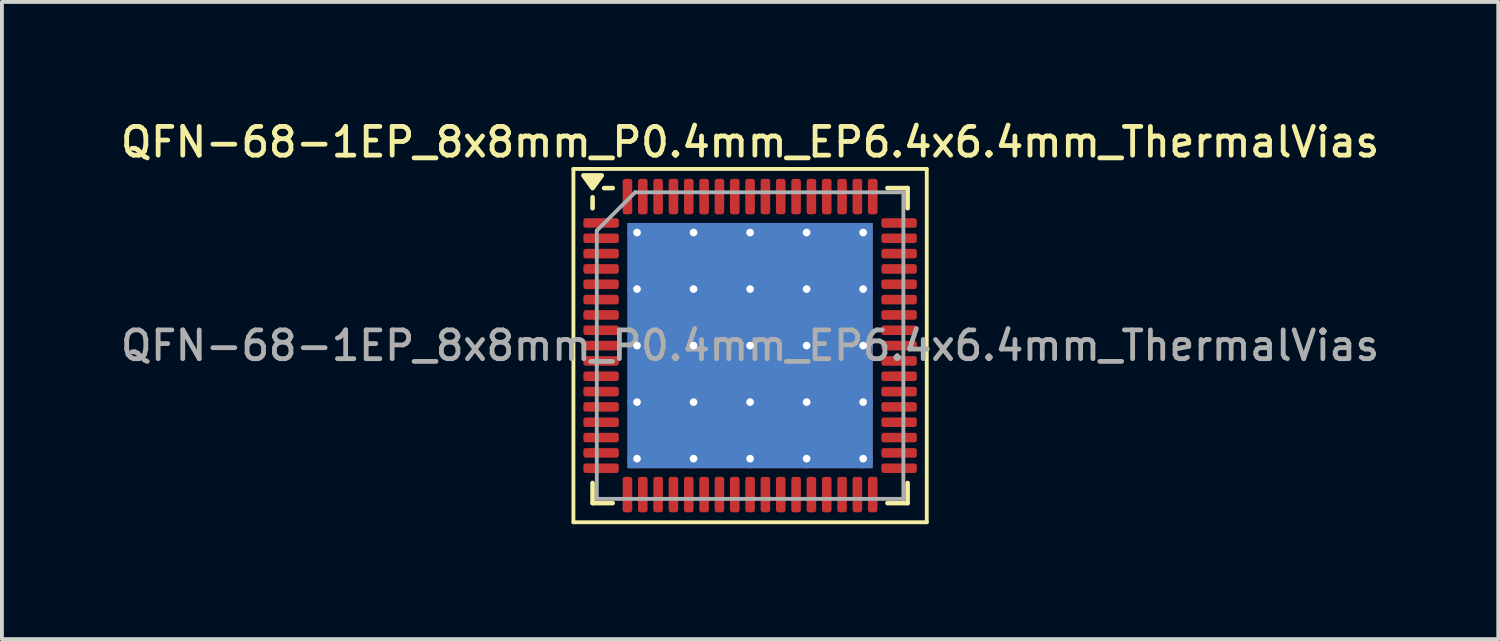
<source format=kicad_pcb>
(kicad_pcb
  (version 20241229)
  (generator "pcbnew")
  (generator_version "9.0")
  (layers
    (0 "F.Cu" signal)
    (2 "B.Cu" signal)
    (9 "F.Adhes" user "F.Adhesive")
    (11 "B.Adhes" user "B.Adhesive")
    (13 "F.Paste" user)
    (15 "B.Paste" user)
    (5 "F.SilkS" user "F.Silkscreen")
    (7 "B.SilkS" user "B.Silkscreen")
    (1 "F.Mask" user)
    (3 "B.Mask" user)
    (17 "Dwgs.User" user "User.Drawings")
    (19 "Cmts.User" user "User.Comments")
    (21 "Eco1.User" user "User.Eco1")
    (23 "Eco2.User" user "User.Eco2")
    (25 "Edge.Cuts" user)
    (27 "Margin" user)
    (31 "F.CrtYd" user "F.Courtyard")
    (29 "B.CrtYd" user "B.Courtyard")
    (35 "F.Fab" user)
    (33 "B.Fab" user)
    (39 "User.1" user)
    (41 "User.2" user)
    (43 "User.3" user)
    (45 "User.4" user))
  (footprint "QFN-68-1EP_8x8mm_P0.4mm_EP6.4x6.4mm_ThermalVias"
    (layer "F.Cu")
    (at 16.523 5.968)
    (property "Reference" "QFN-68-1EP_8x8mm_P0.4mm_EP6.4x6.4mm_ThermalVias" (at 0 -5.31 0) (layer "F.SilkS") (effects (font (size 0.75 0.75) (thickness 0.125))))
    (attr smd)
    (fp_line (start -4.61 -4.61) (end -4.61 4.61) (stroke (width 0.1) (type solid)) (layer "F.SilkS"))
    (fp_line (start -4.61 4.61) (end 4.61 4.61) (stroke (width 0.1) (type solid)) (layer "F.SilkS"))
    (fp_line (start -4.11 -3.585) (end -4.11 -3.87) (stroke (width 0.12) (type solid)) (layer "F.SilkS"))
    (fp_line (start -4.11 4.11) (end -4.11 3.585) (stroke (width 0.12) (type solid)) (layer "F.SilkS"))
    (fp_line (start -3.585 -4.11) (end -3.81 -4.11) (stroke (width 0.12) (type solid)) (layer "F.SilkS"))
    (fp_line (start -3.585 4.11) (end -4.11 4.11) (stroke (width 0.12) (type solid)) (layer "F.SilkS"))
    (fp_line (start 3.585 -4.11) (end 4.11 -4.11) (stroke (width 0.12) (type solid)) (layer "F.SilkS"))
    (fp_line (start 3.585 4.11) (end 4.11 4.11) (stroke (width 0.12) (type solid)) (layer "F.SilkS"))
    (fp_line (start 4.11 -4.11) (end 4.11 -3.585) (stroke (width 0.12) (type solid)) (layer "F.SilkS"))
    (fp_line (start 4.11 4.11) (end 4.11 3.585) (stroke (width 0.12) (type solid)) (layer "F.SilkS"))
    (fp_line (start 4.61 -4.61) (end -4.61 -4.61) (stroke (width 0.1) (type solid)) (layer "F.SilkS"))
    (fp_line (start 4.61 4.61) (end 4.61 -4.61) (stroke (width 0.1) (type solid)) (layer "F.SilkS"))
    (fp_poly (pts (xy -4.11 -4.11) (xy -4.35 -4.44) (xy -3.87 -4.44) (xy -4.11 -4.11)) (stroke (width 0.12) (type solid)) (fill yes) (layer "F.SilkS"))
    (fp_line (start -4 -3) (end -3 -4) (stroke (width 0.1) (type solid)) (layer "F.Fab"))
    (fp_line (start -4 4) (end -4 -3) (stroke (width 0.1) (type solid)) (layer "F.Fab"))
    (fp_line (start -3 -4) (end 4 -4) (stroke (width 0.1) (type solid)) (layer "F.Fab"))
    (fp_line (start 4 -4) (end 4 4) (stroke (width 0.1) (type solid)) (layer "F.Fab"))
    (fp_line (start 4 4) (end -4 4) (stroke (width 0.1) (type solid)) (layer "F.Fab"))
    (fp_text user "${REFERENCE}" (at 0 0 0) (layer "F.Fab") (effects (font (size 0.75 0.75) (thickness 0.125))))
    (pad "" smd roundrect (at -2.212 -2.212) (size 1.239 1.239) (layers "F.Paste") (roundrect_rratio 0.202))
    (pad "" smd roundrect (at -2.212 -0.738) (size 1.239 1.239) (layers "F.Paste") (roundrect_rratio 0.202))
    (pad "" smd roundrect (at -2.212 0.738) (size 1.239 1.239) (layers "F.Paste") (roundrect_rratio 0.202))
    (pad "" smd roundrect (at -2.212 2.212) (size 1.239 1.239) (layers "F.Paste") (roundrect_rratio 0.202))
    (pad "" smd roundrect (at -0.738 -2.212) (size 1.239 1.239) (layers "F.Paste") (roundrect_rratio 0.202))
    (pad "" smd roundrect (at -0.738 -0.738) (size 1.239 1.239) (layers "F.Paste") (roundrect_rratio 0.202))
    (pad "" smd roundrect (at -0.738 0.738) (size 1.239 1.239) (layers "F.Paste") (roundrect_rratio 0.202))
    (pad "" smd roundrect (at -0.738 2.212) (size 1.239 1.239) (layers "F.Paste") (roundrect_rratio 0.202))
    (pad "" smd roundrect (at 0.738 -2.212) (size 1.239 1.239) (layers "F.Paste") (roundrect_rratio 0.202))
    (pad "" smd roundrect (at 0.738 -0.738) (size 1.239 1.239) (layers "F.Paste") (roundrect_rratio 0.202))
    (pad "" smd roundrect (at 0.738 0.738) (size 1.239 1.239) (layers "F.Paste") (roundrect_rratio 0.202))
    (pad "" smd roundrect (at 0.738 2.212) (size 1.239 1.239) (layers "F.Paste") (roundrect_rratio 0.202))
    (pad "" smd roundrect (at 2.212 -2.212) (size 1.239 1.239) (layers "F.Paste") (roundrect_rratio 0.202))
    (pad "" smd roundrect (at 2.212 -0.738) (size 1.239 1.239) (layers "F.Paste") (roundrect_rratio 0.202))
    (pad "" smd roundrect (at 2.212 0.738) (size 1.239 1.239) (layers "F.Paste") (roundrect_rratio 0.202))
    (pad "" smd roundrect (at 2.212 2.212) (size 1.239 1.239) (layers "F.Paste") (roundrect_rratio 0.202))
    (pad "1" smd roundrect (at -3.888 -3.2) (size 0.925 0.25) (layers "F.Cu" "F.Mask" "F.Paste") (roundrect_rratio 0.25))
    (pad "2" smd roundrect (at -3.888 -2.8) (size 0.925 0.25) (layers "F.Cu" "F.Mask" "F.Paste") (roundrect_rratio 0.25))
    (pad "3" smd roundrect (at -3.888 -2.4) (size 0.925 0.25) (layers "F.Cu" "F.Mask" "F.Paste") (roundrect_rratio 0.25))
    (pad "4" smd roundrect (at -3.888 -2) (size 0.925 0.25) (layers "F.Cu" "F.Mask" "F.Paste") (roundrect_rratio 0.25))
    (pad "5" smd roundrect (at -3.888 -1.6) (size 0.925 0.25) (layers "F.Cu" "F.Mask" "F.Paste") (roundrect_rratio 0.25))
    (pad "6" smd roundrect (at -3.888 -1.2) (size 0.925 0.25) (layers "F.Cu" "F.Mask" "F.Paste") (roundrect_rratio 0.25))
    (pad "7" smd roundrect (at -3.888 -0.8) (size 0.925 0.25) (layers "F.Cu" "F.Mask" "F.Paste") (roundrect_rratio 0.25))
    (pad "8" smd roundrect (at -3.888 -0.4) (size 0.925 0.25) (layers "F.Cu" "F.Mask" "F.Paste") (roundrect_rratio 0.25))
    (pad "9" smd roundrect (at -3.888 0) (size 0.925 0.25) (layers "F.Cu" "F.Mask" "F.Paste") (roundrect_rratio 0.25))
    (pad "10" smd roundrect (at -3.888 0.4) (size 0.925 0.25) (layers "F.Cu" "F.Mask" "F.Paste") (roundrect_rratio 0.25))
    (pad "11" smd roundrect (at -3.888 0.8) (size 0.925 0.25) (layers "F.Cu" "F.Mask" "F.Paste") (roundrect_rratio 0.25))
    (pad "12" smd roundrect (at -3.888 1.2) (size 0.925 0.25) (layers "F.Cu" "F.Mask" "F.Paste") (roundrect_rratio 0.25))
    (pad "13" smd roundrect (at -3.888 1.6) (size 0.925 0.25) (layers "F.Cu" "F.Mask" "F.Paste") (roundrect_rratio 0.25))
    (pad "14" smd roundrect (at -3.888 2) (size 0.925 0.25) (layers "F.Cu" "F.Mask" "F.Paste") (roundrect_rratio 0.25))
    (pad "15" smd roundrect (at -3.888 2.4) (size 0.925 0.25) (layers "F.Cu" "F.Mask" "F.Paste") (roundrect_rratio 0.25))
    (pad "16" smd roundrect (at -3.888 2.8) (size 0.925 0.25) (layers "F.Cu" "F.Mask" "F.Paste") (roundrect_rratio 0.25))
    (pad "17" smd roundrect (at -3.888 3.2) (size 0.925 0.25) (layers "F.Cu" "F.Mask" "F.Paste") (roundrect_rratio 0.25))
    (pad "18" smd roundrect (at -3.2 3.888) (size 0.25 0.925) (layers "F.Cu" "F.Mask" "F.Paste") (roundrect_rratio 0.25))
    (pad "19" smd roundrect (at -2.8 3.888) (size 0.25 0.925) (layers "F.Cu" "F.Mask" "F.Paste") (roundrect_rratio 0.25))
    (pad "20" smd roundrect (at -2.4 3.888) (size 0.25 0.925) (layers "F.Cu" "F.Mask" "F.Paste") (roundrect_rratio 0.25))
    (pad "21" smd roundrect (at -2 3.888) (size 0.25 0.925) (layers "F.Cu" "F.Mask" "F.Paste") (roundrect_rratio 0.25))
    (pad "22" smd roundrect (at -1.6 3.888) (size 0.25 0.925) (layers "F.Cu" "F.Mask" "F.Paste") (roundrect_rratio 0.25))
    (pad "23" smd roundrect (at -1.2 3.888) (size 0.25 0.925) (layers "F.Cu" "F.Mask" "F.Paste") (roundrect_rratio 0.25))
    (pad "24" smd roundrect (at -0.8 3.888) (size 0.25 0.925) (layers "F.Cu" "F.Mask" "F.Paste") (roundrect_rratio 0.25))
    (pad "25" smd roundrect (at -0.4 3.888) (size 0.25 0.925) (layers "F.Cu" "F.Mask" "F.Paste") (roundrect_rratio 0.25))
    (pad "26" smd roundrect (at 0 3.888) (size 0.25 0.925) (layers "F.Cu" "F.Mask" "F.Paste") (roundrect_rratio 0.25))
    (pad "27" smd roundrect (at 0.4 3.888) (size 0.25 0.925) (layers "F.Cu" "F.Mask" "F.Paste") (roundrect_rratio 0.25))
    (pad "28" smd roundrect (at 0.8 3.888) (size 0.25 0.925) (layers "F.Cu" "F.Mask" "F.Paste") (roundrect_rratio 0.25))
    (pad "29" smd roundrect (at 1.2 3.888) (size 0.25 0.925) (layers "F.Cu" "F.Mask" "F.Paste") (roundrect_rratio 0.25))
    (pad "30" smd roundrect (at 1.6 3.888) (size 0.25 0.925) (layers "F.Cu" "F.Mask" "F.Paste") (roundrect_rratio 0.25))
    (pad "31" smd roundrect (at 2 3.888) (size 0.25 0.925) (layers "F.Cu" "F.Mask" "F.Paste") (roundrect_rratio 0.25))
    (pad "32" smd roundrect (at 2.4 3.888) (size 0.25 0.925) (layers "F.Cu" "F.Mask" "F.Paste") (roundrect_rratio 0.25))
    (pad "33" smd roundrect (at 2.8 3.888) (size 0.25 0.925) (layers "F.Cu" "F.Mask" "F.Paste") (roundrect_rratio 0.25))
    (pad "34" smd roundrect (at 3.2 3.888) (size 0.25 0.925) (layers "F.Cu" "F.Mask" "F.Paste") (roundrect_rratio 0.25))
    (pad "35" smd roundrect (at 3.888 3.2) (size 0.925 0.25) (layers "F.Cu" "F.Mask" "F.Paste") (roundrect_rratio 0.25))
    (pad "36" smd roundrect (at 3.888 2.8) (size 0.925 0.25) (layers "F.Cu" "F.Mask" "F.Paste") (roundrect_rratio 0.25))
    (pad "37" smd roundrect (at 3.888 2.4) (size 0.925 0.25) (layers "F.Cu" "F.Mask" "F.Paste") (roundrect_rratio 0.25))
    (pad "38" smd roundrect (at 3.888 2) (size 0.925 0.25) (layers "F.Cu" "F.Mask" "F.Paste") (roundrect_rratio 0.25))
    (pad "39" smd roundrect (at 3.888 1.6) (size 0.925 0.25) (layers "F.Cu" "F.Mask" "F.Paste") (roundrect_rratio 0.25))
    (pad "40" smd roundrect (at 3.888 1.2) (size 0.925 0.25) (layers "F.Cu" "F.Mask" "F.Paste") (roundrect_rratio 0.25))
    (pad "41" smd roundrect (at 3.888 0.8) (size 0.925 0.25) (layers "F.Cu" "F.Mask" "F.Paste") (roundrect_rratio 0.25))
    (pad "42" smd roundrect (at 3.888 0.4) (size 0.925 0.25) (layers "F.Cu" "F.Mask" "F.Paste") (roundrect_rratio 0.25))
    (pad "43" smd roundrect (at 3.888 0) (size 0.925 0.25) (layers "F.Cu" "F.Mask" "F.Paste") (roundrect_rratio 0.25))
    (pad "44" smd roundrect (at 3.888 -0.4) (size 0.925 0.25) (layers "F.Cu" "F.Mask" "F.Paste") (roundrect_rratio 0.25))
    (pad "45" smd roundrect (at 3.888 -0.8) (size 0.925 0.25) (layers "F.Cu" "F.Mask" "F.Paste") (roundrect_rratio 0.25))
    (pad "46" smd roundrect (at 3.888 -1.2) (size 0.925 0.25) (layers "F.Cu" "F.Mask" "F.Paste") (roundrect_rratio 0.25))
    (pad "47" smd roundrect (at 3.888 -1.6) (size 0.925 0.25) (layers "F.Cu" "F.Mask" "F.Paste") (roundrect_rratio 0.25))
    (pad "48" smd roundrect (at 3.888 -2) (size 0.925 0.25) (layers "F.Cu" "F.Mask" "F.Paste") (roundrect_rratio 0.25))
    (pad "49" smd roundrect (at 3.888 -2.4) (size 0.925 0.25) (layers "F.Cu" "F.Mask" "F.Paste") (roundrect_rratio 0.25))
    (pad "50" smd roundrect (at 3.888 -2.8) (size 0.925 0.25) (layers "F.Cu" "F.Mask" "F.Paste") (roundrect_rratio 0.25))
    (pad "51" smd roundrect (at 3.888 -3.2) (size 0.925 0.25) (layers "F.Cu" "F.Mask" "F.Paste") (roundrect_rratio 0.25))
    (pad "52" smd roundrect (at 3.2 -3.888) (size 0.25 0.925) (layers "F.Cu" "F.Mask" "F.Paste") (roundrect_rratio 0.25))
    (pad "53" smd roundrect (at 2.8 -3.888) (size 0.25 0.925) (layers "F.Cu" "F.Mask" "F.Paste") (roundrect_rratio 0.25))
    (pad "54" smd roundrect (at 2.4 -3.888) (size 0.25 0.925) (layers "F.Cu" "F.Mask" "F.Paste") (roundrect_rratio 0.25))
    (pad "55" smd roundrect (at 2 -3.888) (size 0.25 0.925) (layers "F.Cu" "F.Mask" "F.Paste") (roundrect_rratio 0.25))
    (pad "56" smd roundrect (at 1.6 -3.888) (size 0.25 0.925) (layers "F.Cu" "F.Mask" "F.Paste") (roundrect_rratio 0.25))
    (pad "57" smd roundrect (at 1.2 -3.888) (size 0.25 0.925) (layers "F.Cu" "F.Mask" "F.Paste") (roundrect_rratio 0.25))
    (pad "58" smd roundrect (at 0.8 -3.888) (size 0.25 0.925) (layers "F.Cu" "F.Mask" "F.Paste") (roundrect_rratio 0.25))
    (pad "59" smd roundrect (at 0.4 -3.888) (size 0.25 0.925) (layers "F.Cu" "F.Mask" "F.Paste") (roundrect_rratio 0.25))
    (pad "60" smd roundrect (at 0 -3.888) (size 0.25 0.925) (layers "F.Cu" "F.Mask" "F.Paste") (roundrect_rratio 0.25))
    (pad "61" smd roundrect (at -0.4 -3.888) (size 0.25 0.925) (layers "F.Cu" "F.Mask" "F.Paste") (roundrect_rratio 0.25))
    (pad "62" smd roundrect (at -0.8 -3.888) (size 0.25 0.925) (layers "F.Cu" "F.Mask" "F.Paste") (roundrect_rratio 0.25))
    (pad "63" smd roundrect (at -1.2 -3.888) (size 0.25 0.925) (layers "F.Cu" "F.Mask" "F.Paste") (roundrect_rratio 0.25))
    (pad "64" smd roundrect (at -1.6 -3.888) (size 0.25 0.925) (layers "F.Cu" "F.Mask" "F.Paste") (roundrect_rratio 0.25))
    (pad "65" smd roundrect (at -2 -3.888) (size 0.25 0.925) (layers "F.Cu" "F.Mask" "F.Paste") (roundrect_rratio 0.25))
    (pad "66" smd roundrect (at -2.4 -3.888) (size 0.25 0.925) (layers "F.Cu" "F.Mask" "F.Paste") (roundrect_rratio 0.25))
    (pad "67" smd roundrect (at -2.8 -3.888) (size 0.25 0.925) (layers "F.Cu" "F.Mask" "F.Paste") (roundrect_rratio 0.25))
    (pad "68" smd roundrect (at -3.2 -3.888) (size 0.25 0.925) (layers "F.Cu" "F.Mask" "F.Paste") (roundrect_rratio 0.25))
    (pad "69" thru_hole circle (at -2.95 -2.95) (size 0.5 0.5) (drill 0.2) (property pad_prop_heatsink) (layers "*.Cu"))
    (pad "69" thru_hole circle (at -2.95 -1.475) (size 0.5 0.5) (drill 0.2) (property pad_prop_heatsink) (layers "*.Cu"))
    (pad "69" thru_hole circle (at -2.95 0) (size 0.5 0.5) (drill 0.2) (property pad_prop_heatsink) (layers "*.Cu"))
    (pad "69" thru_hole circle (at -2.95 1.475) (size 0.5 0.5) (drill 0.2) (property pad_prop_heatsink) (layers "*.Cu"))
    (pad "69" thru_hole circle (at -2.95 2.95) (size 0.5 0.5) (drill 0.2) (property pad_prop_heatsink) (layers "*.Cu"))
    (pad "69" thru_hole circle (at -1.475 -2.95) (size 0.5 0.5) (drill 0.2) (property pad_prop_heatsink) (layers "*.Cu"))
    (pad "69" thru_hole circle (at -1.475 -1.475) (size 0.5 0.5) (drill 0.2) (property pad_prop_heatsink) (layers "*.Cu"))
    (pad "69" thru_hole circle (at -1.475 0) (size 0.5 0.5) (drill 0.2) (property pad_prop_heatsink) (layers "*.Cu"))
    (pad "69" thru_hole circle (at -1.475 1.475) (size 0.5 0.5) (drill 0.2) (property pad_prop_heatsink) (layers "*.Cu"))
    (pad "69" thru_hole circle (at -1.475 2.95) (size 0.5 0.5) (drill 0.2) (property pad_prop_heatsink) (layers "*.Cu"))
    (pad "69" thru_hole circle (at 0 -2.95) (size 0.5 0.5) (drill 0.2) (property pad_prop_heatsink) (layers "*.Cu"))
    (pad "69" thru_hole circle (at 0 -1.475) (size 0.5 0.5) (drill 0.2) (property pad_prop_heatsink) (layers "*.Cu"))
    (pad "69" thru_hole circle (at 0 0) (size 0.5 0.5) (drill 0.2) (property pad_prop_heatsink) (layers "*.Cu"))
    (pad "69" smd rect (at 0 0) (size 6.4 6.4) (property pad_prop_heatsink) (layers "F.Cu" "F.Mask"))
    (pad "69" smd rect (at 0 0) (size 6.4 6.4) (property pad_prop_heatsink) (layers "B.Cu"))
    (pad "69" thru_hole circle (at 0 1.475) (size 0.5 0.5) (drill 0.2) (property pad_prop_heatsink) (layers "*.Cu"))
    (pad "69" thru_hole circle (at 0 2.95) (size 0.5 0.5) (drill 0.2) (property pad_prop_heatsink) (layers "*.Cu"))
    (pad "69" thru_hole circle (at 1.475 -2.95) (size 0.5 0.5) (drill 0.2) (property pad_prop_heatsink) (layers "*.Cu"))
    (pad "69" thru_hole circle (at 1.475 -1.475) (size 0.5 0.5) (drill 0.2) (property pad_prop_heatsink) (layers "*.Cu"))
    (pad "69" thru_hole circle (at 1.475 0) (size 0.5 0.5) (drill 0.2) (property pad_prop_heatsink) (layers "*.Cu"))
    (pad "69" thru_hole circle (at 1.475 1.475) (size 0.5 0.5) (drill 0.2) (property pad_prop_heatsink) (layers "*.Cu"))
    (pad "69" thru_hole circle (at 1.475 2.95) (size 0.5 0.5) (drill 0.2) (property pad_prop_heatsink) (layers "*.Cu"))
    (pad "69" thru_hole circle (at 2.95 -2.95) (size 0.5 0.5) (drill 0.2) (property pad_prop_heatsink) (layers "*.Cu"))
    (pad "69" thru_hole circle (at 2.95 -1.475) (size 0.5 0.5) (drill 0.2) (property pad_prop_heatsink) (layers "*.Cu"))
    (pad "69" thru_hole circle (at 2.95 0) (size 0.5 0.5) (drill 0.2) (property pad_prop_heatsink) (layers "*.Cu"))
    (pad "69" thru_hole circle (at 2.95 1.475) (size 0.5 0.5) (drill 0.2) (property pad_prop_heatsink) (layers "*.Cu"))
    (pad "69" thru_hole circle (at 2.95 2.95) (size 0.5 0.5) (drill 0.2) (property pad_prop_heatsink) (layers "*.Cu")))
  (gr_rect
    (start -3 -3)
    (end 36.046 13.628)
    (stroke (width 0.1) (type default))
    (fill no)
    (layer "Edge.Cuts")))
</source>
